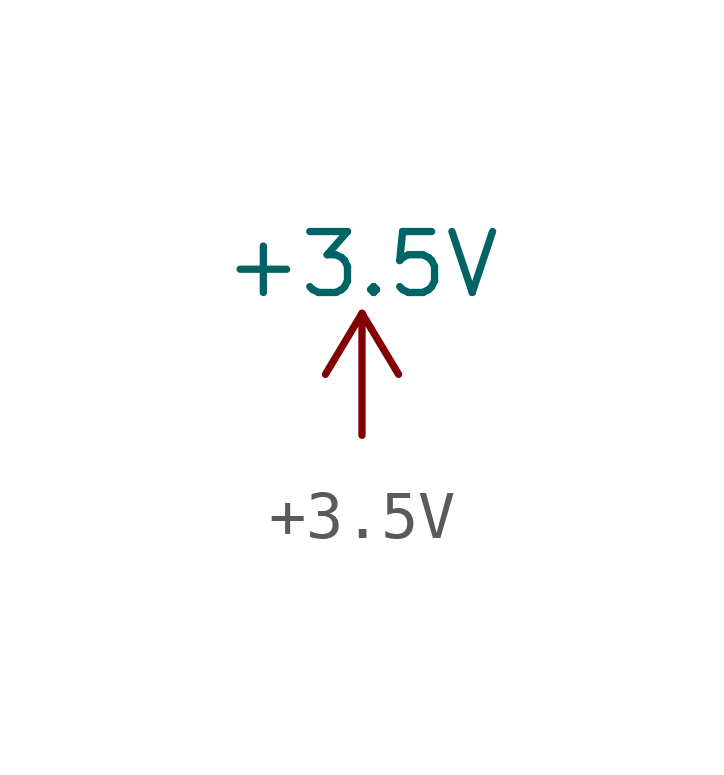
<source format=kicad_sym>
(kicad_symbol_lib
  (version 20220914)
  (generator kicad_symbol_editor)
  (symbol "+3.5V"
    (power)
    (pin_names
      (offset 0))
    (property "Reference" "#PWR"
      (at 0 -3.81 0)
      (effects (font (size 1.27 1.27)) hide))
    (property "Value" "+3.5V"
      (at 0 3.556 0)
      (effects (font (size 1.27 1.27))))
    (symbol "+3.5V_0_1"
      (polyline (pts (xy -0.762 1.27) (xy 0 2.54)) (stroke (width 0) (type default)) (fill (type none)))
      (polyline (pts (xy 0 0) (xy 0 2.54)) (stroke (width 0) (type default)) (fill (type none)))
      (polyline (pts (xy 0 2.54) (xy 0.762 1.27)) (stroke (width 0) (type default)) (fill (type none))))
    (symbol "+3.5V_1_1"
      (pin power_in line (at 0 0 90) (length 0) hide (name "+3.5V" (effects (font (size 1.27 1.27)))) (number "1" (effects (font (size 1.27 1.27))))))))
</source>
